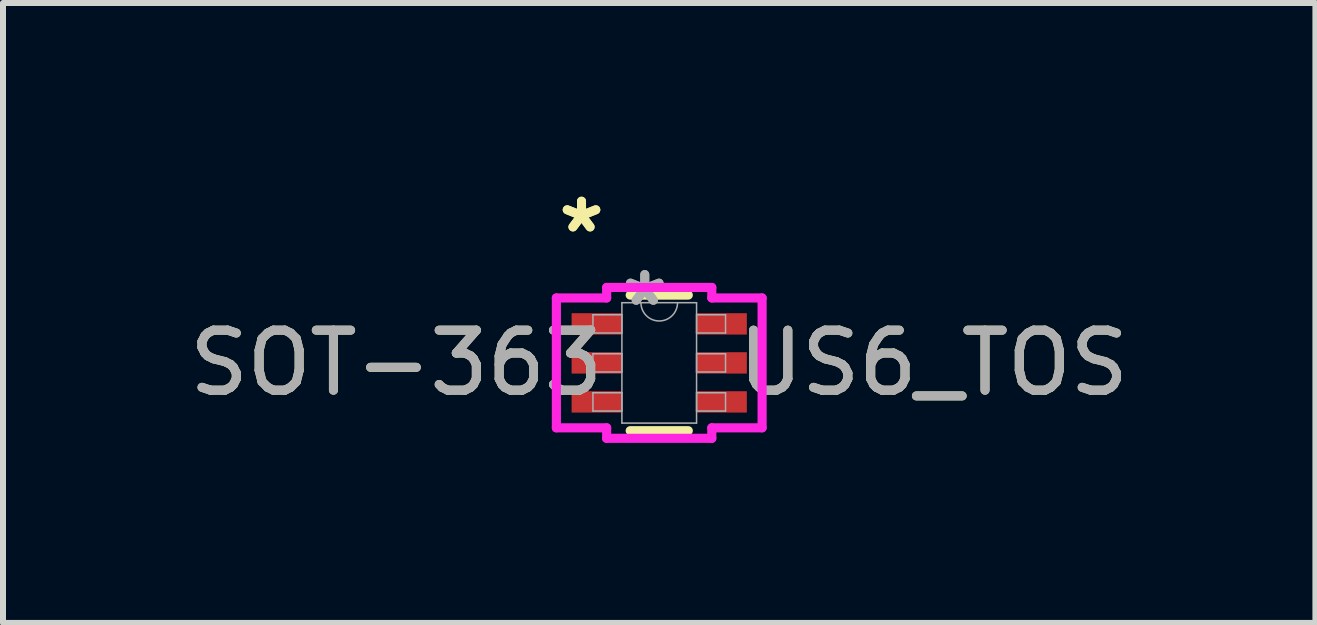
<source format=kicad_pcb>
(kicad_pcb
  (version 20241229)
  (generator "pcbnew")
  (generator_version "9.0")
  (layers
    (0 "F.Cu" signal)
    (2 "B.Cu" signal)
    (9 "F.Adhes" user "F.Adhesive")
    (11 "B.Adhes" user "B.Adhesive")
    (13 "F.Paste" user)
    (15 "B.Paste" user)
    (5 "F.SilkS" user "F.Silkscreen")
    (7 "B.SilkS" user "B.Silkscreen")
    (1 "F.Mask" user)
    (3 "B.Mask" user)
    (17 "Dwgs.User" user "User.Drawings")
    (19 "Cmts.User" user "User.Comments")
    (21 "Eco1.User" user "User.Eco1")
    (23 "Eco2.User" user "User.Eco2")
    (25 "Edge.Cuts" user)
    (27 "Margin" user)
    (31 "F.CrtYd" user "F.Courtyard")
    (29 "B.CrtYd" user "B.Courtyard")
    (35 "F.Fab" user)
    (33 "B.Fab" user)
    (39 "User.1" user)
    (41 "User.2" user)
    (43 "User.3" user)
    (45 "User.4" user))
  (footprint "SOT-363   US6_TOS"
    (layer "F.Cu")
    (at 7.935 2.997)
    (property "Reference" "SOT-363   US6_TOS" (at 0 0 0) (unlocked yes) (layer "F.SilkS") (effects (font (size 1 1) (thickness 0.15))))
    (attr smd)
    (fp_line (start -0.484 1.13) (end 0.484 1.13) (stroke (width 0.152) (type solid)) (layer "F.SilkS"))
    (fp_line (start 0.484 -1.13) (end -0.484 -1.13) (stroke (width 0.152) (type solid)) (layer "F.SilkS"))
    (fp_line (start -1.714 -1.082) (end -0.876 -1.082) (stroke (width 0.152) (type solid)) (layer "F.CrtYd"))
    (fp_line (start -1.714 1.082) (end -1.714 -1.082) (stroke (width 0.152) (type solid)) (layer "F.CrtYd"))
    (fp_line (start -1.714 1.082) (end -0.876 1.082) (stroke (width 0.152) (type solid)) (layer "F.CrtYd"))
    (fp_line (start -0.876 -1.257) (end 0.876 -1.257) (stroke (width 0.152) (type solid)) (layer "F.CrtYd"))
    (fp_line (start -0.876 -1.082) (end -0.876 -1.257) (stroke (width 0.152) (type solid)) (layer "F.CrtYd"))
    (fp_line (start -0.876 1.257) (end -0.876 1.082) (stroke (width 0.152) (type solid)) (layer "F.CrtYd"))
    (fp_line (start 0.876 -1.257) (end 0.876 -1.082) (stroke (width 0.152) (type solid)) (layer "F.CrtYd"))
    (fp_line (start 0.876 1.082) (end 0.876 1.257) (stroke (width 0.152) (type solid)) (layer "F.CrtYd"))
    (fp_line (start 0.876 1.257) (end -0.876 1.257) (stroke (width 0.152) (type solid)) (layer "F.CrtYd"))
    (fp_line (start 1.714 -1.082) (end 0.876 -1.082) (stroke (width 0.152) (type solid)) (layer "F.CrtYd"))
    (fp_line (start 1.714 -1.082) (end 1.714 1.082) (stroke (width 0.152) (type solid)) (layer "F.CrtYd"))
    (fp_line (start 1.714 1.082) (end 0.876 1.082) (stroke (width 0.152) (type solid)) (layer "F.CrtYd"))
    (fp_line (start -1.105 -0.802) (end -1.105 -0.498) (stroke (width 0.025) (type solid)) (layer "F.Fab"))
    (fp_line (start -1.105 -0.498) (end -0.622 -0.498) (stroke (width 0.025) (type solid)) (layer "F.Fab"))
    (fp_line (start -1.105 -0.152) (end -1.105 0.152) (stroke (width 0.025) (type solid)) (layer "F.Fab"))
    (fp_line (start -1.105 0.152) (end -0.622 0.152) (stroke (width 0.025) (type solid)) (layer "F.Fab"))
    (fp_line (start -1.105 0.498) (end -1.105 0.802) (stroke (width 0.025) (type solid)) (layer "F.Fab"))
    (fp_line (start -1.105 0.802) (end -0.622 0.802) (stroke (width 0.025) (type solid)) (layer "F.Fab"))
    (fp_line (start -0.622 -1.003) (end -0.622 1.003) (stroke (width 0.025) (type solid)) (layer "F.Fab"))
    (fp_line (start -0.622 -0.802) (end -1.105 -0.802) (stroke (width 0.025) (type solid)) (layer "F.Fab"))
    (fp_line (start -0.622 -0.498) (end -0.622 -0.802) (stroke (width 0.025) (type solid)) (layer "F.Fab"))
    (fp_line (start -0.622 -0.152) (end -1.105 -0.152) (stroke (width 0.025) (type solid)) (layer "F.Fab"))
    (fp_line (start -0.622 0.152) (end -0.622 -0.152) (stroke (width 0.025) (type solid)) (layer "F.Fab"))
    (fp_line (start -0.622 0.498) (end -1.105 0.498) (stroke (width 0.025) (type solid)) (layer "F.Fab"))
    (fp_line (start -0.622 0.802) (end -0.622 0.498) (stroke (width 0.025) (type solid)) (layer "F.Fab"))
    (fp_line (start -0.622 1.003) (end 0.622 1.003) (stroke (width 0.025) (type solid)) (layer "F.Fab"))
    (fp_line (start 0.622 -1.003) (end -0.622 -1.003) (stroke (width 0.025) (type solid)) (layer "F.Fab"))
    (fp_line (start 0.622 -0.802) (end 0.622 -0.498) (stroke (width 0.025) (type solid)) (layer "F.Fab"))
    (fp_line (start 0.622 -0.498) (end 1.105 -0.498) (stroke (width 0.025) (type solid)) (layer "F.Fab"))
    (fp_line (start 0.622 -0.152) (end 0.622 0.152) (stroke (width 0.025) (type solid)) (layer "F.Fab"))
    (fp_line (start 0.622 0.152) (end 1.105 0.152) (stroke (width 0.025) (type solid)) (layer "F.Fab"))
    (fp_line (start 0.622 0.498) (end 0.622 0.802) (stroke (width 0.025) (type solid)) (layer "F.Fab"))
    (fp_line (start 0.622 0.802) (end 1.105 0.802) (stroke (width 0.025) (type solid)) (layer "F.Fab"))
    (fp_line (start 0.622 1.003) (end 0.622 -1.003) (stroke (width 0.025) (type solid)) (layer "F.Fab"))
    (fp_line (start 1.105 -0.802) (end 0.622 -0.802) (stroke (width 0.025) (type solid)) (layer "F.Fab"))
    (fp_line (start 1.105 -0.498) (end 1.105 -0.802) (stroke (width 0.025) (type solid)) (layer "F.Fab"))
    (fp_line (start 1.105 -0.152) (end 0.622 -0.152) (stroke (width 0.025) (type solid)) (layer "F.Fab"))
    (fp_line (start 1.105 0.152) (end 1.105 -0.152) (stroke (width 0.025) (type solid)) (layer "F.Fab"))
    (fp_line (start 1.105 0.498) (end 0.622 0.498) (stroke (width 0.025) (type solid)) (layer "F.Fab"))
    (fp_line (start 1.105 0.802) (end 1.105 0.498) (stroke (width 0.025) (type solid)) (layer "F.Fab"))
    (fp_arc (start 0.3048 -1.0033) (mid 0 -0.6985) (end -0.3048 -1.0033) (stroke (width 0.0254) (type solid)) (layer "F.Fab"))
    (fp_text user "*" (at -1.295 -2.149 0) (unlocked yes) (layer "F.SilkS") (effects (font (size 1 1) (thickness 0.15))))
    (fp_text user "*" (at -1.295 -2.149 0) (layer "F.SilkS") (effects (font (size 1 1) (thickness 0.15))))
    (fp_text user "*" (at -0.241 -0.927 0) (unlocked yes) (layer "F.Fab") (effects (font (size 1 1) (thickness 0.15))))
    (fp_text user "*" (at -0.241 -0.927 0) (layer "F.Fab") (effects (font (size 1 1) (thickness 0.15))))
    (fp_text user "${REFERENCE}" (at 0 0 0) (unlocked yes) (layer "F.Fab") (effects (font (size 1 1) (thickness 0.15))))
    (pad "1" smd rect (at -1.041 -0.65) (size 0.838 0.356) (layers "F.Cu" "F.Mask" "F.Paste"))
    (pad "2" smd rect (at -1.041 0) (size 0.838 0.356) (layers "F.Cu" "F.Mask" "F.Paste"))
    (pad "3" smd rect (at -1.041 0.65) (size 0.838 0.356) (layers "F.Cu" "F.Mask" "F.Paste"))
    (pad "4" smd rect (at 1.041 0.65) (size 0.838 0.356) (layers "F.Cu" "F.Mask" "F.Paste"))
    (pad "5" smd rect (at 1.041 0) (size 0.838 0.356) (layers "F.Cu" "F.Mask" "F.Paste"))
    (pad "6" smd rect (at 1.041 -0.65) (size 0.838 0.356) (layers "F.Cu" "F.Mask" "F.Paste")))
  (gr_rect
    (start -3 -3)
    (end 18.869 7.33)
    (stroke (width 0.1) (type default))
    (fill no)
    (layer "Edge.Cuts")))
</source>
